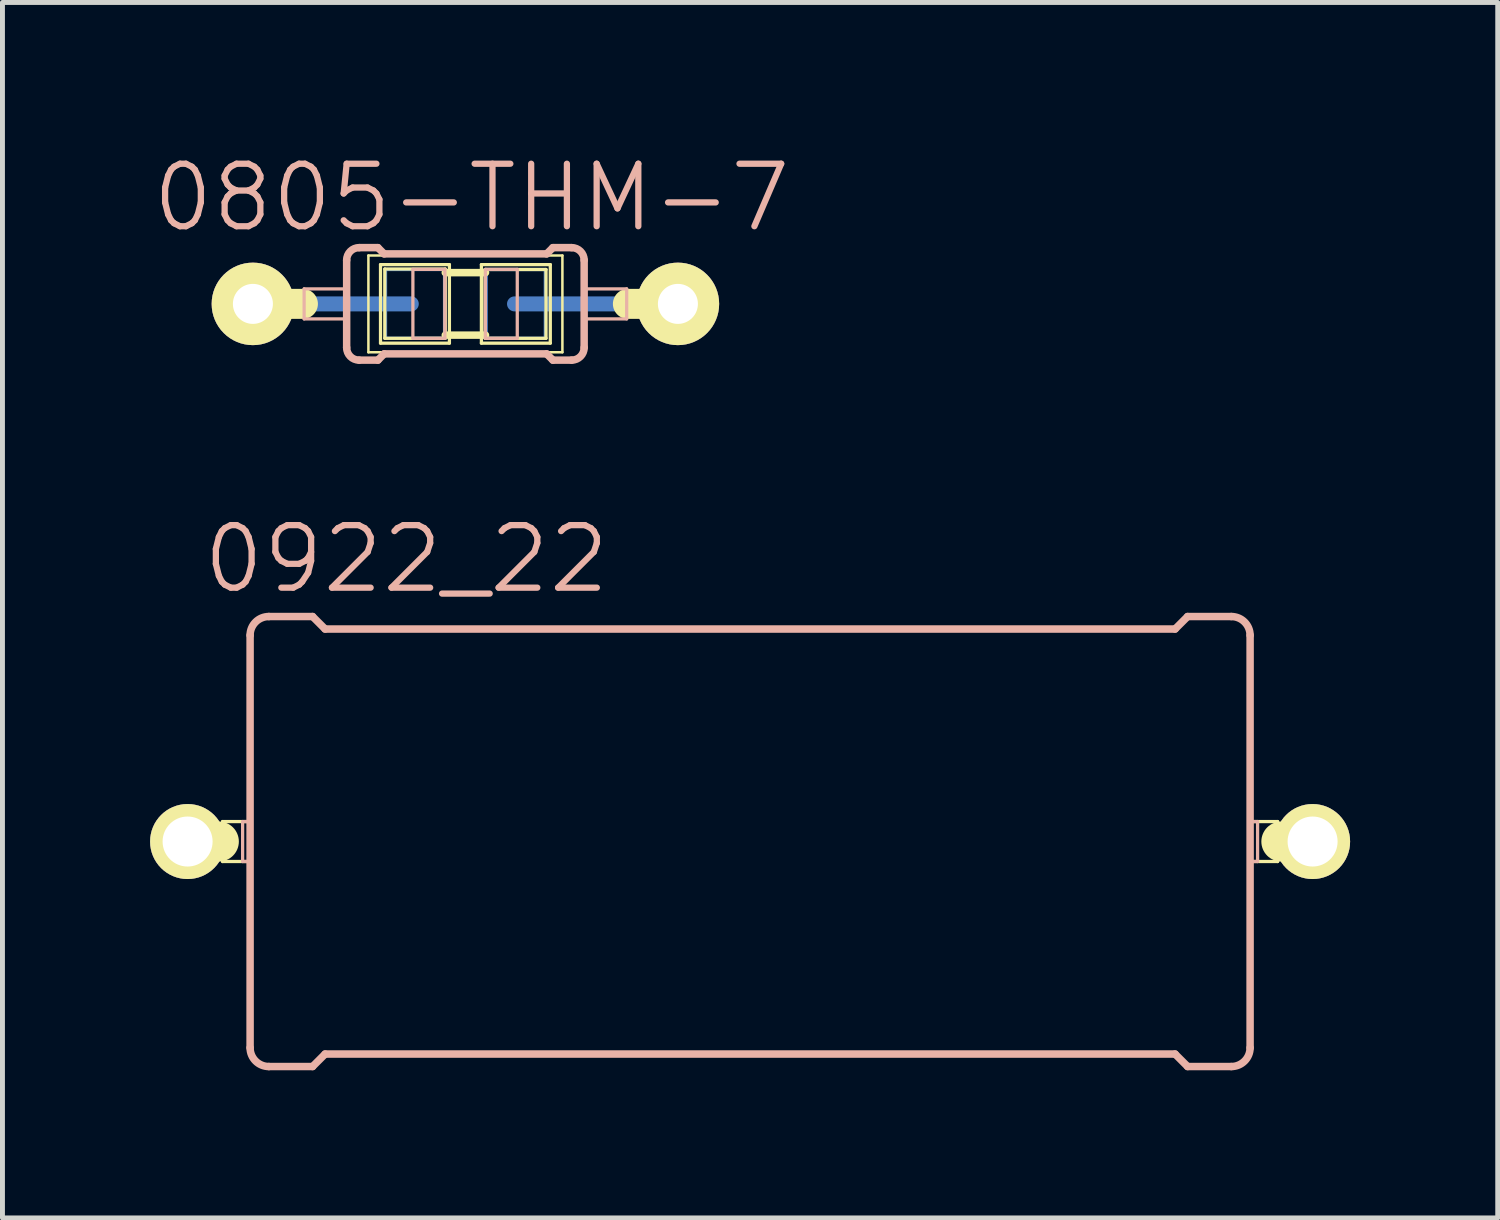
<source format=kicad_pcb>
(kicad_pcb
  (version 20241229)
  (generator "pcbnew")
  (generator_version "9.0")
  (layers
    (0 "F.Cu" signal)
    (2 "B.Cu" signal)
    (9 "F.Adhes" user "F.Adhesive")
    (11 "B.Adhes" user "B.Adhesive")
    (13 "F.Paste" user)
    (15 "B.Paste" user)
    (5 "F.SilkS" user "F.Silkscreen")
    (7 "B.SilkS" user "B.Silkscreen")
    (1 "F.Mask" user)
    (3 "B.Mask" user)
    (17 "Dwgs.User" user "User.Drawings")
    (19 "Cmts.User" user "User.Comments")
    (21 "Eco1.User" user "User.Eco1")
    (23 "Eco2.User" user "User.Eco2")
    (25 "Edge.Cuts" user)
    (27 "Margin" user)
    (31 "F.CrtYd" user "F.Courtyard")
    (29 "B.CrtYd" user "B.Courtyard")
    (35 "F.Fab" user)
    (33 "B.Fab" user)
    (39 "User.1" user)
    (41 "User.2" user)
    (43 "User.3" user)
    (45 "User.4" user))
  (footprint "0805-THM-7"
    (layer "F.Cu")
    (at 6.407 3.125)
    (property "Reference" "0805-THM-7" (at 0.127 -2.159 0) (layer "B.SilkS") (effects (font (size 1.27 1.27) (thickness 0.127))))
    (attr exclude_from_pos_files exclude_from_bom)
    (fp_line (start -3.736 0) (end -1.1 0) (stroke (width 0.305) (type solid)) (layer "B.Cu"))
    (fp_line (start -1.623 -0.699) (end -0.424 -0.699) (stroke (width 0.066) (type solid)) (layer "B.Cu"))
    (fp_line (start -1.623 0.699) (end -1.623 -0.699) (stroke (width 0.066) (type solid)) (layer "B.Cu"))
    (fp_line (start -1.623 0.699) (end -0.424 0.699) (stroke (width 0.066) (type solid)) (layer "B.Cu"))
    (fp_line (start -0.424 0.699) (end -0.424 -0.699) (stroke (width 0.066) (type solid)) (layer "B.Cu"))
    (fp_line (start 0.424 -0.699) (end 1.623 -0.699) (stroke (width 0.066) (type solid)) (layer "B.Cu"))
    (fp_line (start 0.424 0.699) (end 0.424 -0.699) (stroke (width 0.066) (type solid)) (layer "B.Cu"))
    (fp_line (start 0.424 0.699) (end 1.623 0.699) (stroke (width 0.066) (type solid)) (layer "B.Cu"))
    (fp_line (start 0.998 0) (end 4.336 0) (stroke (width 0.305) (type solid)) (layer "B.Cu"))
    (fp_line (start 1.623 0.699) (end 1.623 -0.699) (stroke (width 0.066) (type solid)) (layer "B.Cu"))
    (fp_line (start -4.318 0) (end -3.302 0) (stroke (width 0.61) (type solid)) (layer "F.SilkS"))
    (fp_line (start -1.971 -0.983) (end 1.971 -0.983) (stroke (width 0.051) (type solid)) (layer "F.SilkS"))
    (fp_line (start -1.971 0.983) (end -1.971 -0.983) (stroke (width 0.051) (type solid)) (layer "F.SilkS"))
    (fp_line (start -1.725 -0.798) (end -0.325 -0.798) (stroke (width 0.066) (type solid)) (layer "F.SilkS"))
    (fp_line (start -1.725 0.798) (end -1.725 -0.798) (stroke (width 0.066) (type solid)) (layer "F.SilkS"))
    (fp_line (start -1.725 0.798) (end -0.325 0.798) (stroke (width 0.066) (type solid)) (layer "F.SilkS"))
    (fp_line (start -1.638 -0.709) (end -0.409 -0.709) (stroke (width 0.066) (type solid)) (layer "F.SilkS"))
    (fp_line (start -1.638 0.699) (end -1.638 -0.709) (stroke (width 0.066) (type solid)) (layer "F.SilkS"))
    (fp_line (start -1.638 0.699) (end -0.409 0.699) (stroke (width 0.066) (type solid)) (layer "F.SilkS"))
    (fp_line (start -0.409 -0.635) (end 0.409 -0.635) (stroke (width 0.152) (type solid)) (layer "F.SilkS"))
    (fp_line (start -0.409 0.635) (end 0.409 0.635) (stroke (width 0.152) (type solid)) (layer "F.SilkS"))
    (fp_line (start -0.409 0.699) (end -0.409 -0.709) (stroke (width 0.066) (type solid)) (layer "F.SilkS"))
    (fp_line (start -0.325 0.798) (end -0.325 -0.798) (stroke (width 0.066) (type solid)) (layer "F.SilkS"))
    (fp_line (start 0.325 -0.798) (end 1.725 -0.798) (stroke (width 0.066) (type solid)) (layer "F.SilkS"))
    (fp_line (start 0.325 0.798) (end 0.325 -0.798) (stroke (width 0.066) (type solid)) (layer "F.SilkS"))
    (fp_line (start 0.325 0.798) (end 1.725 0.798) (stroke (width 0.066) (type solid)) (layer "F.SilkS"))
    (fp_line (start 0.399 -0.699) (end 1.638 -0.699) (stroke (width 0.066) (type solid)) (layer "F.SilkS"))
    (fp_line (start 0.399 0.699) (end 0.399 -0.699) (stroke (width 0.066) (type solid)) (layer "F.SilkS"))
    (fp_line (start 0.399 0.699) (end 1.638 0.699) (stroke (width 0.066) (type solid)) (layer "F.SilkS"))
    (fp_line (start 1.638 0.699) (end 1.638 -0.699) (stroke (width 0.066) (type solid)) (layer "F.SilkS"))
    (fp_line (start 1.725 0.798) (end 1.725 -0.798) (stroke (width 0.066) (type solid)) (layer "F.SilkS"))
    (fp_line (start 1.971 -0.983) (end 1.971 0.983) (stroke (width 0.051) (type solid)) (layer "F.SilkS"))
    (fp_line (start 1.971 0.983) (end -1.971 0.983) (stroke (width 0.051) (type solid)) (layer "F.SilkS"))
    (fp_line (start 4.318 0) (end 3.302 0) (stroke (width 0.61) (type solid)) (layer "F.SilkS"))
    (fp_line (start -3.277 -0.305) (end -2.413 -0.305) (stroke (width 0.066) (type solid)) (layer "B.SilkS"))
    (fp_line (start -3.277 0.305) (end -3.277 -0.305) (stroke (width 0.066) (type solid)) (layer "B.SilkS"))
    (fp_line (start -3.277 0.305) (end -2.413 0.305) (stroke (width 0.066) (type solid)) (layer "B.SilkS"))
    (fp_line (start -2.413 0.305) (end -2.413 -0.305) (stroke (width 0.066) (type solid)) (layer "B.SilkS"))
    (fp_line (start -2.413 0.889) (end -2.413 -0.889) (stroke (width 0.152) (type solid)) (layer "B.SilkS"))
    (fp_line (start -2.159 -1.143) (end -1.778 -1.143) (stroke (width 0.152) (type solid)) (layer "B.SilkS"))
    (fp_line (start -2.159 1.143) (end -1.778 1.143) (stroke (width 0.152) (type solid)) (layer "B.SilkS"))
    (fp_line (start -1.651 -1.016) (end -1.778 -1.143) (stroke (width 0.152) (type solid)) (layer "B.SilkS"))
    (fp_line (start -1.651 1.016) (end -1.778 1.143) (stroke (width 0.152) (type solid)) (layer "B.SilkS"))
    (fp_line (start -1.067 -0.701) (end -0.417 -0.701) (stroke (width 0.066) (type solid)) (layer "B.SilkS"))
    (fp_line (start -1.067 0.699) (end -1.067 -0.701) (stroke (width 0.066) (type solid)) (layer "B.SilkS"))
    (fp_line (start -1.067 0.699) (end -0.417 0.699) (stroke (width 0.066) (type solid)) (layer "B.SilkS"))
    (fp_line (start -0.417 0.699) (end -0.417 -0.701) (stroke (width 0.066) (type solid)) (layer "B.SilkS"))
    (fp_line (start 0.406 -0.701) (end 1.054 -0.701) (stroke (width 0.066) (type solid)) (layer "B.SilkS"))
    (fp_line (start 0.406 0.699) (end 0.406 -0.701) (stroke (width 0.066) (type solid)) (layer "B.SilkS"))
    (fp_line (start 0.406 0.699) (end 1.054 0.699) (stroke (width 0.066) (type solid)) (layer "B.SilkS"))
    (fp_line (start 1.054 0.699) (end 1.054 -0.701) (stroke (width 0.066) (type solid)) (layer "B.SilkS"))
    (fp_line (start 1.651 -1.016) (end -1.651 -1.016) (stroke (width 0.152) (type solid)) (layer "B.SilkS"))
    (fp_line (start 1.651 -1.016) (end 1.778 -1.143) (stroke (width 0.152) (type solid)) (layer "B.SilkS"))
    (fp_line (start 1.651 1.016) (end -1.651 1.016) (stroke (width 0.152) (type solid)) (layer "B.SilkS"))
    (fp_line (start 1.651 1.016) (end 1.778 1.143) (stroke (width 0.152) (type solid)) (layer "B.SilkS"))
    (fp_line (start 2.159 -1.143) (end 1.778 -1.143) (stroke (width 0.152) (type solid)) (layer "B.SilkS"))
    (fp_line (start 2.159 1.143) (end 1.778 1.143) (stroke (width 0.152) (type solid)) (layer "B.SilkS"))
    (fp_line (start 2.413 -0.305) (end 3.277 -0.305) (stroke (width 0.066) (type solid)) (layer "B.SilkS"))
    (fp_line (start 2.413 0.305) (end 2.413 -0.305) (stroke (width 0.066) (type solid)) (layer "B.SilkS"))
    (fp_line (start 2.413 0.305) (end 3.277 0.305) (stroke (width 0.066) (type solid)) (layer "B.SilkS"))
    (fp_line (start 2.413 0.889) (end 2.413 -0.889) (stroke (width 0.152) (type solid)) (layer "B.SilkS"))
    (fp_line (start 3.277 0.305) (end 3.277 -0.305) (stroke (width 0.066) (type solid)) (layer "B.SilkS"))
    (fp_arc (start -2.413 -0.889) (mid -2.338605 -1.068605) (end -2.159 -1.143) (stroke (width 0.1524) (type solid)) (layer "B.SilkS"))
    (fp_arc (start -2.159 1.143) (mid -2.338605 1.068605) (end -2.413 0.889) (stroke (width 0.1524) (type solid)) (layer "B.SilkS"))
    (fp_arc (start 2.159 -1.143) (mid 2.338605 -1.068605) (end 2.413 -0.889) (stroke (width 0.1524) (type solid)) (layer "B.SilkS"))
    (fp_arc (start 2.413 0.889) (mid 2.338605 1.068605) (end 2.159 1.143) (stroke (width 0.1524) (type solid)) (layer "B.SilkS"))
    (pad "1" thru_hole circle (at -4.318 0) (size 1.676 1.676) (drill 0.813) (layers "*.Cu" "F.Mask" "F.SilkS" "F.Paste"))
    (pad "2" thru_hole circle (at 4.318 0) (size 1.676 1.676) (drill 0.813) (layers "*.Cu" "F.Mask" "F.SilkS" "F.Paste")))
  (footprint "0922_22"
    (layer "F.Cu")
    (at 12.192 14.05)
    (property "Reference" "0922_22" (at -6.985 -5.74 0) (layer "B.SilkS") (effects (font (size 1.27 1.27) (thickness 0.127))))
    (attr exclude_from_pos_files exclude_from_bom)
    (fp_line (start -11.43 0) (end -10.795 0) (stroke (width 0.813) (type solid)) (layer "F.SilkS"))
    (fp_line (start -10.719 -0.406) (end -10.16 -0.406) (stroke (width 0.066) (type solid)) (layer "F.SilkS"))
    (fp_line (start -10.719 0.406) (end -10.719 -0.406) (stroke (width 0.066) (type solid)) (layer "F.SilkS"))
    (fp_line (start -10.719 0.406) (end -10.16 0.406) (stroke (width 0.066) (type solid)) (layer "F.SilkS"))
    (fp_line (start -10.16 0.406) (end -10.16 -0.406) (stroke (width 0.066) (type solid)) (layer "F.SilkS"))
    (fp_line (start 10.16 -0.406) (end 10.719 -0.406) (stroke (width 0.066) (type solid)) (layer "F.SilkS"))
    (fp_line (start 10.16 0.406) (end 10.16 -0.406) (stroke (width 0.066) (type solid)) (layer "F.SilkS"))
    (fp_line (start 10.16 0.406) (end 10.719 0.406) (stroke (width 0.066) (type solid)) (layer "F.SilkS"))
    (fp_line (start 10.719 0.406) (end 10.719 -0.406) (stroke (width 0.066) (type solid)) (layer "F.SilkS"))
    (fp_line (start 11.43 0) (end 10.795 0) (stroke (width 0.813) (type solid)) (layer "F.SilkS"))
    (fp_line (start -10.312 -0.406) (end -10.16 -0.406) (stroke (width 0.066) (type solid)) (layer "B.SilkS"))
    (fp_line (start -10.312 0.406) (end -10.312 -0.406) (stroke (width 0.066) (type solid)) (layer "B.SilkS"))
    (fp_line (start -10.312 0.406) (end -10.16 0.406) (stroke (width 0.066) (type solid)) (layer "B.SilkS"))
    (fp_line (start -10.16 0.406) (end -10.16 -0.406) (stroke (width 0.066) (type solid)) (layer "B.SilkS"))
    (fp_line (start -10.16 4.191) (end -10.16 -4.191) (stroke (width 0.152) (type solid)) (layer "B.SilkS"))
    (fp_line (start -9.779 -4.572) (end -8.89 -4.572) (stroke (width 0.152) (type solid)) (layer "B.SilkS"))
    (fp_line (start -9.779 4.572) (end -8.89 4.572) (stroke (width 0.152) (type solid)) (layer "B.SilkS"))
    (fp_line (start -8.636 -4.318) (end -8.89 -4.572) (stroke (width 0.152) (type solid)) (layer "B.SilkS"))
    (fp_line (start -8.636 4.318) (end -8.89 4.572) (stroke (width 0.152) (type solid)) (layer "B.SilkS"))
    (fp_line (start 8.636 -4.318) (end -8.636 -4.318) (stroke (width 0.152) (type solid)) (layer "B.SilkS"))
    (fp_line (start 8.636 -4.318) (end 8.89 -4.572) (stroke (width 0.152) (type solid)) (layer "B.SilkS"))
    (fp_line (start 8.636 4.318) (end -8.636 4.318) (stroke (width 0.152) (type solid)) (layer "B.SilkS"))
    (fp_line (start 8.636 4.318) (end 8.89 4.572) (stroke (width 0.152) (type solid)) (layer "B.SilkS"))
    (fp_line (start 9.779 -4.572) (end 8.89 -4.572) (stroke (width 0.152) (type solid)) (layer "B.SilkS"))
    (fp_line (start 9.779 4.572) (end 8.89 4.572) (stroke (width 0.152) (type solid)) (layer "B.SilkS"))
    (fp_line (start 10.16 -0.406) (end 10.312 -0.406) (stroke (width 0.066) (type solid)) (layer "B.SilkS"))
    (fp_line (start 10.16 0.406) (end 10.16 -0.406) (stroke (width 0.066) (type solid)) (layer "B.SilkS"))
    (fp_line (start 10.16 0.406) (end 10.312 0.406) (stroke (width 0.066) (type solid)) (layer "B.SilkS"))
    (fp_line (start 10.16 4.191) (end 10.16 -4.191) (stroke (width 0.152) (type solid)) (layer "B.SilkS"))
    (fp_line (start 10.312 0.406) (end 10.312 -0.406) (stroke (width 0.066) (type solid)) (layer "B.SilkS"))
    (fp_arc (start -10.16 -4.191) (mid -10.048408 -4.460408) (end -9.779 -4.572) (stroke (width 0.1524) (type solid)) (layer "B.SilkS"))
    (fp_arc (start -9.779 4.572) (mid -10.048408 4.460408) (end -10.16 4.191) (stroke (width 0.1524) (type solid)) (layer "B.SilkS"))
    (fp_arc (start 9.779 -4.572) (mid 10.048408 -4.460408) (end 10.16 -4.191) (stroke (width 0.1524) (type solid)) (layer "B.SilkS"))
    (fp_arc (start 10.16 4.191) (mid 10.048408 4.460408) (end 9.779 4.572) (stroke (width 0.1524) (type solid)) (layer "B.SilkS"))
    (pad "1" thru_hole circle (at -11.43 0) (size 1.524 1.524) (drill 1.016) (layers "*.Cu" "F.Mask" "F.SilkS" "F.Paste"))
    (pad "2" thru_hole circle (at 11.43 0) (size 1.524 1.524) (drill 1.016) (layers "*.Cu" "F.Mask" "F.SilkS" "F.Paste")))
  (gr_rect
    (start -3 -3)
    (end 27.384 21.698)
    (stroke (width 0.1) (type default))
    (fill no)
    (layer "Edge.Cuts")))
</source>
